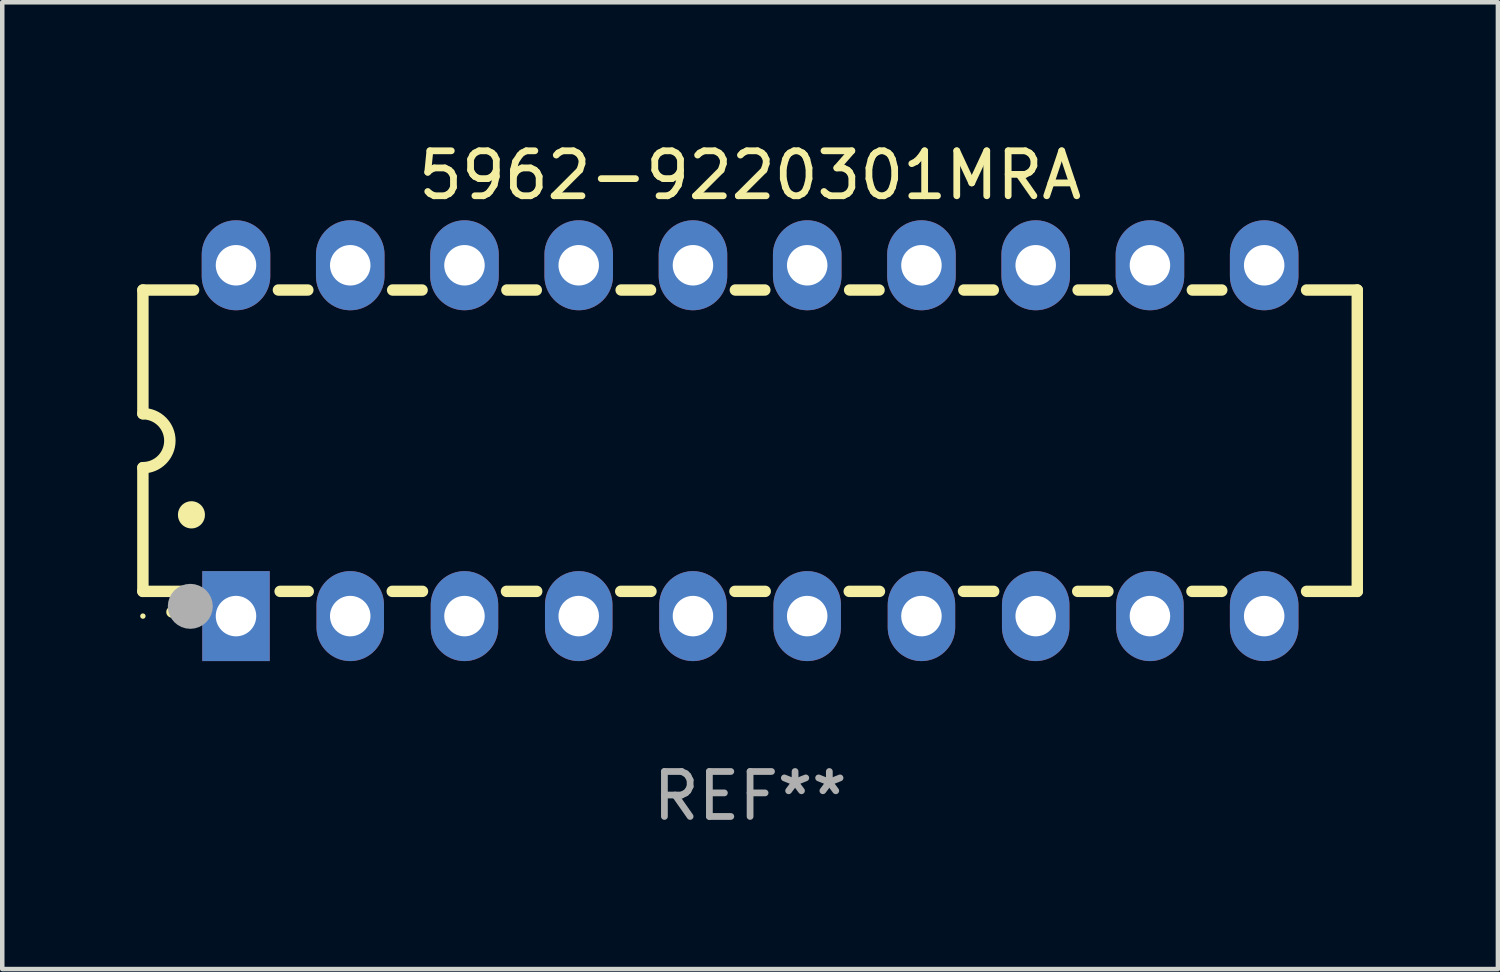
<source format=kicad_pcb>
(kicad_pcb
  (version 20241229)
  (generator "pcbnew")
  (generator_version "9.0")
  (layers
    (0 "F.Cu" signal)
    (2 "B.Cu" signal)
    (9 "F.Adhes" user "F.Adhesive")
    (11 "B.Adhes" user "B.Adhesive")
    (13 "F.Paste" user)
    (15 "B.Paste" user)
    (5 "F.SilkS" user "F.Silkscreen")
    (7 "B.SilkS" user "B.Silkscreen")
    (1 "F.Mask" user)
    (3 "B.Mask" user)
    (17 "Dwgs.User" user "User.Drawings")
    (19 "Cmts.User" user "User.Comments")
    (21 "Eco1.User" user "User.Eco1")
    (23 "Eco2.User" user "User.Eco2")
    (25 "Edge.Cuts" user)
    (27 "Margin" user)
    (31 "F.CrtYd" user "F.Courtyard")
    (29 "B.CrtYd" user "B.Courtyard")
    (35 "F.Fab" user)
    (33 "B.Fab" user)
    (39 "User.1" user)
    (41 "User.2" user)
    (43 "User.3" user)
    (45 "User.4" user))
  (footprint "5962-9220301MRA"
    (layer "F.Cu")
    (at 13.627 6.748)
    (property "Reference" "5962-9220301MRA" (at 0 -5.9 0) (layer "F.SilkS") (effects (font (size 1 1) (thickness 0.15))))
    (attr through_hole)
    (fp_line (start -13.5 -3.35) (end -12.373 -3.35) (stroke (width 0.254) (type solid)) (layer "F.SilkS"))
    (fp_line (start -13.5 -0.6) (end -13.5 -3.35) (stroke (width 0.254) (type solid)) (layer "F.SilkS"))
    (fp_line (start -13.5 3.35) (end -13.5 0.6) (stroke (width 0.254) (type solid)) (layer "F.SilkS"))
    (fp_line (start -13.5 3.35) (end -12.411 3.35) (stroke (width 0.254) (type solid)) (layer "F.SilkS"))
    (fp_line (start -10.487 -3.35) (end -9.833 -3.35) (stroke (width 0.254) (type solid)) (layer "F.SilkS"))
    (fp_line (start -10.449 3.35) (end -9.824 3.35) (stroke (width 0.254) (type solid)) (layer "F.SilkS"))
    (fp_line (start -7.956 3.35) (end -7.284 3.35) (stroke (width 0.254) (type solid)) (layer "F.SilkS"))
    (fp_line (start -7.947 -3.35) (end -7.293 -3.35) (stroke (width 0.254) (type solid)) (layer "F.SilkS"))
    (fp_line (start -5.416 3.35) (end -4.744 3.35) (stroke (width 0.254) (type solid)) (layer "F.SilkS"))
    (fp_line (start -5.407 -3.35) (end -4.753 -3.35) (stroke (width 0.254) (type solid)) (layer "F.SilkS"))
    (fp_line (start -2.876 3.35) (end -2.204 3.35) (stroke (width 0.254) (type solid)) (layer "F.SilkS"))
    (fp_line (start -2.867 -3.35) (end -2.213 -3.35) (stroke (width 0.254) (type solid)) (layer "F.SilkS"))
    (fp_line (start -0.336 3.35) (end 0.336 3.35) (stroke (width 0.254) (type solid)) (layer "F.SilkS"))
    (fp_line (start -0.327 -3.35) (end 0.327 -3.35) (stroke (width 0.254) (type solid)) (layer "F.SilkS"))
    (fp_line (start 2.204 3.35) (end 2.876 3.35) (stroke (width 0.254) (type solid)) (layer "F.SilkS"))
    (fp_line (start 2.213 -3.35) (end 2.867 -3.35) (stroke (width 0.254) (type solid)) (layer "F.SilkS"))
    (fp_line (start 4.744 3.35) (end 5.416 3.35) (stroke (width 0.254) (type solid)) (layer "F.SilkS"))
    (fp_line (start 4.753 -3.35) (end 5.407 -3.35) (stroke (width 0.254) (type solid)) (layer "F.SilkS"))
    (fp_line (start 7.284 3.35) (end 7.956 3.35) (stroke (width 0.254) (type solid)) (layer "F.SilkS"))
    (fp_line (start 7.293 -3.35) (end 7.947 -3.35) (stroke (width 0.254) (type solid)) (layer "F.SilkS"))
    (fp_line (start 9.824 3.35) (end 10.487 3.35) (stroke (width 0.254) (type solid)) (layer "F.SilkS"))
    (fp_line (start 9.833 -3.35) (end 10.487 -3.35) (stroke (width 0.254) (type solid)) (layer "F.SilkS"))
    (fp_line (start 12.373 -3.35) (end 13.5 -3.35) (stroke (width 0.254) (type solid)) (layer "F.SilkS"))
    (fp_line (start 12.373 3.35) (end 13.5 3.35) (stroke (width 0.254) (type solid)) (layer "F.SilkS"))
    (fp_line (start 13.5 -3.35) (end 13.5 3.35) (stroke (width 0.254) (type solid)) (layer "F.SilkS"))
    (fp_arc (start -13.500127 -0.599442) (mid -12.900406 0.000228) (end -13.500025 0.6) (stroke (width 0.254001) (type solid)) (layer "F.SilkS"))
    (fp_arc (start -12.854966 3.810008) (mid -12.854973 3.808738) (end -12.854966 3.807468) (stroke (width 0.25) (type solid)) (layer "F.SilkS"))
    (fp_arc (start -12.420625 1.651003) (mid -12.420636 1.648463) (end -12.420625 1.645923) (stroke (width 0.6) (type solid)) (layer "F.SilkS"))
    (fp_circle (center -13.5 3.9) (end -13.47 3.9) (stroke (width 0.06) (type solid)) (fill no) (layer "F.SilkS"))
    (fp_circle (center -12.446 3.683) (end -12.196 3.683) (stroke (width 0.5) (type solid)) (fill no) (layer "F.Fab"))
    (fp_text user "REF**" (at 0 7.9 0) (layer "F.Fab") (effects (font (size 1 1) (thickness 0.15))))
    (pad "1" thru_hole rect (at -11.43 3.9 90) (size 2 1.5) (drill 0.9) (layers "*.Cu" "*.Mask"))
    (pad "2" thru_hole oval (at -8.89 3.9 90) (size 2 1.5) (drill 0.9) (layers "*.Cu" "*.Mask"))
    (pad "3" thru_hole oval (at -6.35 3.9 90) (size 2 1.5) (drill 0.9) (layers "*.Cu" "*.Mask"))
    (pad "4" thru_hole oval (at -3.81 3.9 90) (size 2 1.5) (drill 0.9) (layers "*.Cu" "*.Mask"))
    (pad "5" thru_hole oval (at -1.27 3.9 90) (size 2 1.5) (drill 0.9) (layers "*.Cu" "*.Mask"))
    (pad "6" thru_hole oval (at 1.27 3.9 90) (size 2 1.5) (drill 0.9) (layers "*.Cu" "*.Mask"))
    (pad "7" thru_hole oval (at 3.81 3.9 90) (size 2 1.5) (drill 0.9) (layers "*.Cu" "*.Mask"))
    (pad "8" thru_hole oval (at 6.35 3.9 90) (size 2 1.5) (drill 0.9) (layers "*.Cu" "*.Mask"))
    (pad "9" thru_hole oval (at 8.89 3.9 90) (size 2 1.5) (drill 0.9) (layers "*.Cu" "*.Mask"))
    (pad "10" thru_hole oval (at 11.43 3.9 90) (size 2 1.524) (drill 0.9) (layers "*.Cu" "*.Mask"))
    (pad "11" thru_hole oval (at 11.43 -3.9 90) (size 2 1.524) (drill 0.9) (layers "*.Cu" "*.Mask"))
    (pad "12" thru_hole oval (at 8.89 -3.9 90) (size 2 1.524) (drill 0.9) (layers "*.Cu" "*.Mask"))
    (pad "13" thru_hole oval (at 6.35 -3.9 90) (size 2 1.524) (drill 0.9) (layers "*.Cu" "*.Mask"))
    (pad "14" thru_hole oval (at 3.81 -3.9 90) (size 2 1.524) (drill 0.9) (layers "*.Cu" "*.Mask"))
    (pad "15" thru_hole oval (at 1.27 -3.9 90) (size 2 1.524) (drill 0.9) (layers "*.Cu" "*.Mask"))
    (pad "16" thru_hole oval (at -1.27 -3.9 90) (size 2 1.524) (drill 0.9) (layers "*.Cu" "*.Mask"))
    (pad "17" thru_hole oval (at -3.81 -3.9 90) (size 2 1.524) (drill 0.9) (layers "*.Cu" "*.Mask"))
    (pad "18" thru_hole oval (at -6.35 -3.9 90) (size 2 1.524) (drill 0.9) (layers "*.Cu" "*.Mask"))
    (pad "19" thru_hole oval (at -8.89 -3.9 90) (size 2 1.524) (drill 0.9) (layers "*.Cu" "*.Mask"))
    (pad "20" thru_hole oval (at -11.43 -3.9 90) (size 2 1.524) (drill 0.9) (layers "*.Cu" "*.Mask")))
  (gr_rect
    (start -3 -3)
    (end 30.254 18.496)
    (stroke (width 0.1) (type default))
    (fill no)
    (layer "Edge.Cuts")))
</source>
